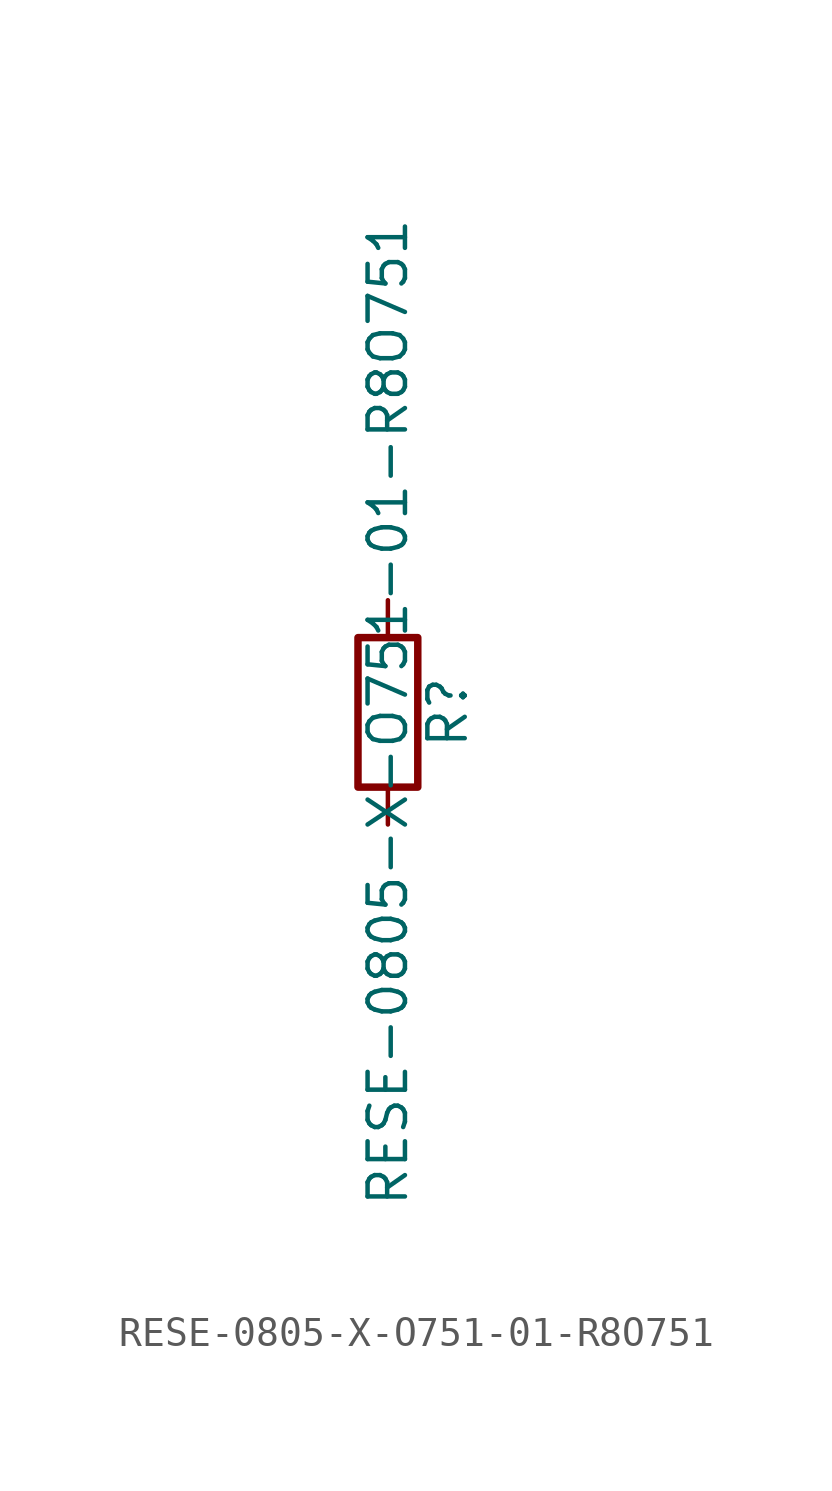
<source format=kicad_sym>
(kicad_symbol_lib
  (version 20211014)
  (generator kicad_symbol_editor)
  (symbol "RESE-0805-X-O751-01-R8O751"
    (pin_numbers hide)
    (pin_names
      (offset 0))
    (property "Reference" "R"
      (at 2.032 0 90)
      (effects (font (size 1.27 1.27))))
    (property "Value" "RESE-0805-X-O751-01-R8O751"
      (at 0 0 90)
      (effects (font (size 1.27 1.27))))
    (symbol "RESE-0805-X-O751-01-R8O751_0_1"
      (rectangle (start -1.016 -2.54) (end 1.016 2.54) (stroke (width 0.254) (type default) (color 0 0 0 0)) (fill (type none))))
    (symbol "RESE-0805-X-O751-01-R8O751_1_1"
      (pin passive line (at 0 3.81 270) (length 1.27) (name "~" (effects (font (size 1.27 1.27)))) (number "1" (effects (font (size 1.27 1.27)))))
      (pin passive line (at 0 -3.81 90) (length 1.27) (name "~" (effects (font (size 1.27 1.27)))) (number "2" (effects (font (size 1.27 1.27))))))))
</source>
